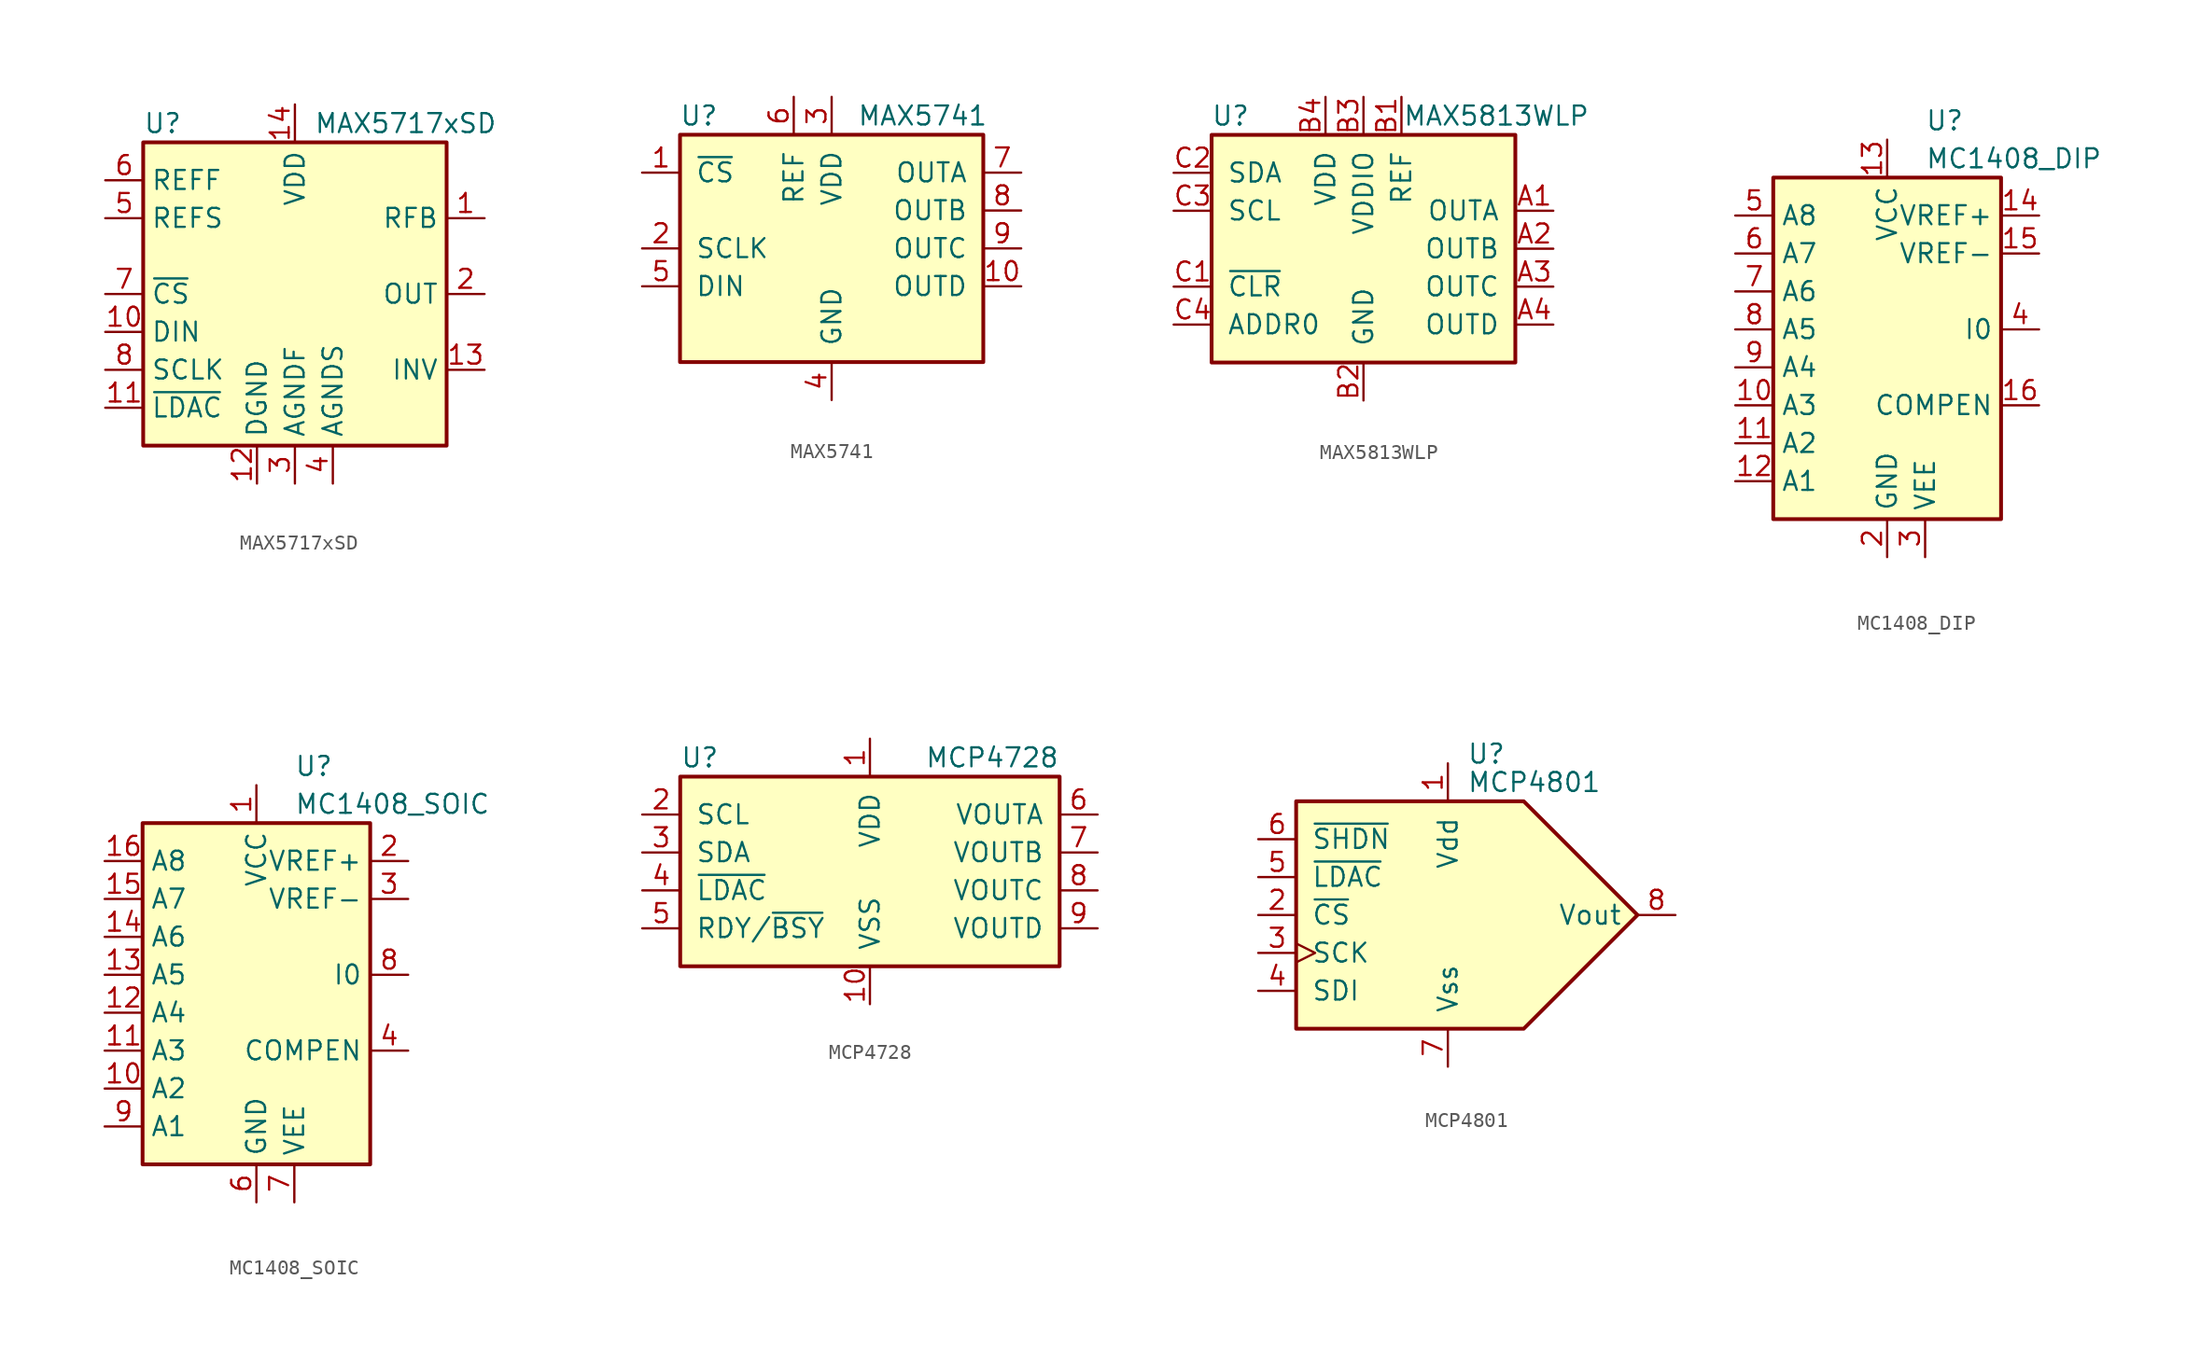
<source format=kicad_sym>
(kicad_symbol_lib
  (version 20220914)
  (generator kicad_symbol_editor)
  (symbol "MAX5717xSD"
    (property "Reference" "U"
      (at -10.16 11.43 0)
      (effects (font (size 1.27 1.27)) (justify left)))
    (property "Value" "MAX5717xSD"
      (at 1.27 11.43 0)
      (effects (font (size 1.27 1.27)) (justify left)))
    (symbol "MAX5717xSD_0_1"
      (rectangle (start -10.16 10.16) (end 10.16 -10.16) (stroke (width 0.254) (type default)) (fill (type background))))
    (symbol "MAX5717xSD_1_1"
      (pin passive line (at 12.7 5.08 180) (length 2.54) (name "RFB" (effects (font (size 1.27 1.27)))) (number "1" (effects (font (size 1.27 1.27)))))
      (pin input line (at -12.7 -2.54 0) (length 2.54) (name "DIN" (effects (font (size 1.27 1.27)))) (number "10" (effects (font (size 1.27 1.27)))))
      (pin input line (at -12.7 -7.62 0) (length 2.54) (name "~{LDAC}" (effects (font (size 1.27 1.27)))) (number "11" (effects (font (size 1.27 1.27)))))
      (pin power_in line (at -2.54 -12.7 90) (length 2.54) (name "DGND" (effects (font (size 1.27 1.27)))) (number "12" (effects (font (size 1.27 1.27)))))
      (pin passive line (at 12.7 -5.08 180) (length 2.54) (name "INV" (effects (font (size 1.27 1.27)))) (number "13" (effects (font (size 1.27 1.27)))))
      (pin power_in line (at 0 12.7 270) (length 2.54) (name "VDD" (effects (font (size 1.27 1.27)))) (number "14" (effects (font (size 1.27 1.27)))))
      (pin output line (at 12.7 0 180) (length 2.54) (name "OUT" (effects (font (size 1.27 1.27)))) (number "2" (effects (font (size 1.27 1.27)))))
      (pin power_in line (at 0 -12.7 90) (length 2.54) (name "AGNDF" (effects (font (size 1.27 1.27)))) (number "3" (effects (font (size 1.27 1.27)))))
      (pin power_in line (at 2.54 -12.7 90) (length 2.54) (name "AGNDS" (effects (font (size 1.27 1.27)))) (number "4" (effects (font (size 1.27 1.27)))))
      (pin input line (at -12.7 5.08 0) (length 2.54) (name "REFS" (effects (font (size 1.27 1.27)))) (number "5" (effects (font (size 1.27 1.27)))))
      (pin input line (at -12.7 7.62 0) (length 2.54) (name "REFF" (effects (font (size 1.27 1.27)))) (number "6" (effects (font (size 1.27 1.27)))))
      (pin input line (at -12.7 0 0) (length 2.54) (name "~{CS}" (effects (font (size 1.27 1.27)))) (number "7" (effects (font (size 1.27 1.27)))))
      (pin input line (at -12.7 -5.08 0) (length 2.54) (name "SCLK" (effects (font (size 1.27 1.27)))) (number "8" (effects (font (size 1.27 1.27)))))
      (pin no_connect line (at 10.16 -7.62 180) (length 2.54) hide (name "NC" (effects (font (size 1.27 1.27)))) (number "9" (effects (font (size 1.27 1.27)))))))
  (symbol "MAX5741"
    (pin_names
      (offset 1.016))
    (property "Reference" "U"
      (at -8.89 8.89 0)
      (effects (font (size 1.27 1.27))))
    (property "Value" "MAX5741"
      (at 6.096 8.89 0)
      (effects (font (size 1.27 1.27))))
    (symbol "MAX5741_1_1"
      (rectangle (start -10.16 7.62) (end 10.16 -7.62) (stroke (width 0.254) (type default)) (fill (type background)))
      (pin input line (at -12.7 5.08 0) (length 2.54) (name "~{CS}" (effects (font (size 1.27 1.27)))) (number "1" (effects (font (size 1.27 1.27)))))
      (pin output line (at 12.7 -2.54 180) (length 2.54) (name "OUTD" (effects (font (size 1.27 1.27)))) (number "10" (effects (font (size 1.27 1.27)))))
      (pin input line (at -12.7 0 0) (length 2.54) (name "SCLK" (effects (font (size 1.27 1.27)))) (number "2" (effects (font (size 1.27 1.27)))))
      (pin power_in line (at 0 10.16 270) (length 2.54) (name "VDD" (effects (font (size 1.27 1.27)))) (number "3" (effects (font (size 1.27 1.27)))))
      (pin power_in line (at 0 -10.16 90) (length 2.54) (name "GND" (effects (font (size 1.27 1.27)))) (number "4" (effects (font (size 1.27 1.27)))))
      (pin input line (at -12.7 -2.54 0) (length 2.54) (name "DIN" (effects (font (size 1.27 1.27)))) (number "5" (effects (font (size 1.27 1.27)))))
      (pin power_in line (at -2.54 10.16 270) (length 2.54) (name "REF" (effects (font (size 1.27 1.27)))) (number "6" (effects (font (size 1.27 1.27)))))
      (pin output line (at 12.7 5.08 180) (length 2.54) (name "OUTA" (effects (font (size 1.27 1.27)))) (number "7" (effects (font (size 1.27 1.27)))))
      (pin output line (at 12.7 2.54 180) (length 2.54) (name "OUTB" (effects (font (size 1.27 1.27)))) (number "8" (effects (font (size 1.27 1.27)))))
      (pin output line (at 12.7 0 180) (length 2.54) (name "OUTC" (effects (font (size 1.27 1.27)))) (number "9" (effects (font (size 1.27 1.27)))))))
  (symbol "MAX5813WLP"
    (pin_names
      (offset 1.016))
    (property "Reference" "U"
      (at -8.89 8.89 0)
      (effects (font (size 1.27 1.27))))
    (property "Value" "MAX5813WLP"
      (at 8.89 8.89 0)
      (effects (font (size 1.27 1.27))))
    (symbol "MAX5813WLP_0_1"
      (rectangle (start -10.16 7.62) (end 10.16 -7.62) (stroke (width 0.254) (type default)) (fill (type background))))
    (symbol "MAX5813WLP_1_1"
      (pin output line (at 12.7 2.54 180) (length 2.54) (name "OUTA" (effects (font (size 1.27 1.27)))) (number "A1" (effects (font (size 1.27 1.27)))))
      (pin output line (at 12.7 0 180) (length 2.54) (name "OUTB" (effects (font (size 1.27 1.27)))) (number "A2" (effects (font (size 1.27 1.27)))))
      (pin output line (at 12.7 -2.54 180) (length 2.54) (name "OUTC" (effects (font (size 1.27 1.27)))) (number "A3" (effects (font (size 1.27 1.27)))))
      (pin output line (at 12.7 -5.08 180) (length 2.54) (name "OUTD" (effects (font (size 1.27 1.27)))) (number "A4" (effects (font (size 1.27 1.27)))))
      (pin power_in line (at 2.54 10.16 270) (length 2.54) (name "REF" (effects (font (size 1.27 1.27)))) (number "B1" (effects (font (size 1.27 1.27)))))
      (pin power_in line (at 0 -10.16 90) (length 2.54) (name "GND" (effects (font (size 1.27 1.27)))) (number "B2" (effects (font (size 1.27 1.27)))))
      (pin power_in line (at 0 10.16 270) (length 2.54) (name "VDDIO" (effects (font (size 1.27 1.27)))) (number "B3" (effects (font (size 1.27 1.27)))))
      (pin power_in line (at -2.54 10.16 270) (length 2.54) (name "VDD" (effects (font (size 1.27 1.27)))) (number "B4" (effects (font (size 1.27 1.27)))))
      (pin input line (at -12.7 -2.54 0) (length 2.54) (name "~{CLR}" (effects (font (size 1.27 1.27)))) (number "C1" (effects (font (size 1.27 1.27)))))
      (pin bidirectional line (at -12.7 5.08 0) (length 2.54) (name "SDA" (effects (font (size 1.27 1.27)))) (number "C2" (effects (font (size 1.27 1.27)))))
      (pin input line (at -12.7 2.54 0) (length 2.54) (name "SCL" (effects (font (size 1.27 1.27)))) (number "C3" (effects (font (size 1.27 1.27)))))
      (pin input line (at -12.7 -5.08 0) (length 2.54) (name "ADDR0" (effects (font (size 1.27 1.27)))) (number "C4" (effects (font (size 1.27 1.27)))))))
  (symbol "MC1408_DIP"
    (property "Reference" "U"
      (at 2.54 16.51 0)
      (effects (font (size 1.27 1.27)) (justify left)))
    (property "Value" "MC1408_DIP"
      (at 2.54 13.97 0)
      (effects (font (size 1.27 1.27)) (justify left)))
    (symbol "MC1408_DIP_0_0"
      (rectangle (start -7.62 -10.16) (end 7.62 12.7) (stroke (width 0.254) (type default)) (fill (type background))))
    (symbol "MC1408_DIP_1_1"
      (pin no_connect line (at 7.62 -5.08 180) (length 2.54) hide (name "NC" (effects (font (size 1.27 1.27)))) (number "1" (effects (font (size 1.27 1.27)))))
      (pin input line (at -10.16 -2.54 0) (length 2.54) (name "A3" (effects (font (size 1.27 1.27)))) (number "10" (effects (font (size 1.27 1.27)))))
      (pin input line (at -10.16 -5.08 0) (length 2.54) (name "A2" (effects (font (size 1.27 1.27)))) (number "11" (effects (font (size 1.27 1.27)))))
      (pin input line (at -10.16 -7.62 0) (length 2.54) (name "A1" (effects (font (size 1.27 1.27)))) (number "12" (effects (font (size 1.27 1.27)))))
      (pin power_in line (at 0 15.24 270) (length 2.54) (name "VCC" (effects (font (size 1.27 1.27)))) (number "13" (effects (font (size 1.27 1.27)))))
      (pin output line (at 10.16 10.16 180) (length 2.54) (name "VREF+" (effects (font (size 1.27 1.27)))) (number "14" (effects (font (size 1.27 1.27)))))
      (pin output line (at 10.16 7.62 180) (length 2.54) (name "VREF-" (effects (font (size 1.27 1.27)))) (number "15" (effects (font (size 1.27 1.27)))))
      (pin passive line (at 10.16 -2.54 180) (length 2.54) (name "COMPEN" (effects (font (size 1.27 1.27)))) (number "16" (effects (font (size 1.27 1.27)))))
      (pin power_in line (at 0 -12.7 90) (length 2.54) (name "GND" (effects (font (size 1.27 1.27)))) (number "2" (effects (font (size 1.27 1.27)))))
      (pin power_in line (at 2.54 -12.7 90) (length 2.54) (name "VEE" (effects (font (size 1.27 1.27)))) (number "3" (effects (font (size 1.27 1.27)))))
      (pin input line (at 10.16 2.54 180) (length 2.54) (name "I0" (effects (font (size 1.27 1.27)))) (number "4" (effects (font (size 1.27 1.27)))))
      (pin input line (at -10.16 10.16 0) (length 2.54) (name "A8" (effects (font (size 1.27 1.27)))) (number "5" (effects (font (size 1.27 1.27)))))
      (pin input line (at -10.16 7.62 0) (length 2.54) (name "A7" (effects (font (size 1.27 1.27)))) (number "6" (effects (font (size 1.27 1.27)))))
      (pin input line (at -10.16 5.08 0) (length 2.54) (name "A6" (effects (font (size 1.27 1.27)))) (number "7" (effects (font (size 1.27 1.27)))))
      (pin input line (at -10.16 2.54 0) (length 2.54) (name "A5" (effects (font (size 1.27 1.27)))) (number "8" (effects (font (size 1.27 1.27)))))
      (pin input line (at -10.16 0 0) (length 2.54) (name "A4" (effects (font (size 1.27 1.27)))) (number "9" (effects (font (size 1.27 1.27)))))))
  (symbol "MC1408_SOIC"
    (property "Reference" "U"
      (at 2.54 16.51 0)
      (effects (font (size 1.27 1.27)) (justify left)))
    (property "Value" "MC1408_SOIC"
      (at 2.54 13.97 0)
      (effects (font (size 1.27 1.27)) (justify left)))
    (symbol "MC1408_SOIC_0_0"
      (rectangle (start -7.62 -10.16) (end 7.62 12.7) (stroke (width 0.254) (type default)) (fill (type background))))
    (symbol "MC1408_SOIC_1_1"
      (pin power_in line (at 0 15.24 270) (length 2.54) (name "VCC" (effects (font (size 1.27 1.27)))) (number "1" (effects (font (size 1.27 1.27)))))
      (pin input line (at -10.16 -5.08 0) (length 2.54) (name "A2" (effects (font (size 1.27 1.27)))) (number "10" (effects (font (size 1.27 1.27)))))
      (pin input line (at -10.16 -2.54 0) (length 2.54) (name "A3" (effects (font (size 1.27 1.27)))) (number "11" (effects (font (size 1.27 1.27)))))
      (pin input line (at -10.16 0 0) (length 2.54) (name "A4" (effects (font (size 1.27 1.27)))) (number "12" (effects (font (size 1.27 1.27)))))
      (pin input line (at -10.16 2.54 0) (length 2.54) (name "A5" (effects (font (size 1.27 1.27)))) (number "13" (effects (font (size 1.27 1.27)))))
      (pin input line (at -10.16 5.08 0) (length 2.54) (name "A6" (effects (font (size 1.27 1.27)))) (number "14" (effects (font (size 1.27 1.27)))))
      (pin input line (at -10.16 7.62 0) (length 2.54) (name "A7" (effects (font (size 1.27 1.27)))) (number "15" (effects (font (size 1.27 1.27)))))
      (pin input line (at -10.16 10.16 0) (length 2.54) (name "A8" (effects (font (size 1.27 1.27)))) (number "16" (effects (font (size 1.27 1.27)))))
      (pin output line (at 10.16 10.16 180) (length 2.54) (name "VREF+" (effects (font (size 1.27 1.27)))) (number "2" (effects (font (size 1.27 1.27)))))
      (pin output line (at 10.16 7.62 180) (length 2.54) (name "VREF-" (effects (font (size 1.27 1.27)))) (number "3" (effects (font (size 1.27 1.27)))))
      (pin passive line (at 10.16 -2.54 180) (length 2.54) (name "COMPEN" (effects (font (size 1.27 1.27)))) (number "4" (effects (font (size 1.27 1.27)))))
      (pin no_connect line (at 7.62 -5.08 180) (length 2.54) hide (name "NC" (effects (font (size 1.27 1.27)))) (number "5" (effects (font (size 1.27 1.27)))))
      (pin power_in line (at 0 -12.7 90) (length 2.54) (name "GND" (effects (font (size 1.27 1.27)))) (number "6" (effects (font (size 1.27 1.27)))))
      (pin power_in line (at 2.54 -12.7 90) (length 2.54) (name "VEE" (effects (font (size 1.27 1.27)))) (number "7" (effects (font (size 1.27 1.27)))))
      (pin input line (at 10.16 2.54 180) (length 2.54) (name "I0" (effects (font (size 1.27 1.27)))) (number "8" (effects (font (size 1.27 1.27)))))
      (pin input line (at -10.16 -7.62 0) (length 2.54) (name "A1" (effects (font (size 1.27 1.27)))) (number "9" (effects (font (size 1.27 1.27)))))))
  (symbol "MCP4728"
    (pin_names
      (offset 1.016))
    (property "Reference" "U"
      (at -12.7 6.35 0)
      (effects (font (size 1.27 1.27)) (justify left)))
    (property "Value" "MCP4728"
      (at 12.7 6.35 0)
      (effects (font (size 1.27 1.27)) (justify right)))
    (symbol "MCP4728_0_1"
      (rectangle (start -12.7 5.08) (end 12.7 -7.62) (stroke (width 0.254) (type default)) (fill (type background))))
    (symbol "MCP4728_1_1"
      (pin power_in line (at 0 7.62 270) (length 2.54) (name "VDD" (effects (font (size 1.27 1.27)))) (number "1" (effects (font (size 1.27 1.27)))))
      (pin power_in line (at 0 -10.16 90) (length 2.54) (name "VSS" (effects (font (size 1.27 1.27)))) (number "10" (effects (font (size 1.27 1.27)))))
      (pin input line (at -15.24 2.54 0) (length 2.54) (name "SCL" (effects (font (size 1.27 1.27)))) (number "2" (effects (font (size 1.27 1.27)))))
      (pin bidirectional line (at -15.24 0 0) (length 2.54) (name "SDA" (effects (font (size 1.27 1.27)))) (number "3" (effects (font (size 1.27 1.27)))))
      (pin input line (at -15.24 -2.54 0) (length 2.54) (name "~{LDAC}" (effects (font (size 1.27 1.27)))) (number "4" (effects (font (size 1.27 1.27)))))
      (pin output line (at -15.24 -5.08 0) (length 2.54) (name "RDY/~{BSY}" (effects (font (size 1.27 1.27)))) (number "5" (effects (font (size 1.27 1.27)))))
      (pin output line (at 15.24 2.54 180) (length 2.54) (name "VOUTA" (effects (font (size 1.27 1.27)))) (number "6" (effects (font (size 1.27 1.27)))))
      (pin output line (at 15.24 0 180) (length 2.54) (name "VOUTB" (effects (font (size 1.27 1.27)))) (number "7" (effects (font (size 1.27 1.27)))))
      (pin output line (at 15.24 -2.54 180) (length 2.54) (name "VOUTC" (effects (font (size 1.27 1.27)))) (number "8" (effects (font (size 1.27 1.27)))))
      (pin output line (at 15.24 -5.08 180) (length 2.54) (name "VOUTD" (effects (font (size 1.27 1.27)))) (number "9" (effects (font (size 1.27 1.27)))))))
  (symbol "MCP4801"
    (pin_names
      (offset 1.016))
    (property "Reference" "U"
      (at 1.27 10.795 0)
      (effects (font (size 1.27 1.27)) (justify left)))
    (property "Value" "MCP4801"
      (at 1.27 8.89 0)
      (effects (font (size 1.27 1.27)) (justify left)))
    (symbol "MCP4801_0_0"
      (polyline (pts (xy 12.7 0) (xy 5.08 7.62) (xy -10.16 7.62) (xy -10.16 -7.62) (xy 5.08 -7.62) (xy 12.7 0)) (stroke (width 0.254) (type default)) (fill (type background))))
    (symbol "MCP4801_1_1"
      (pin power_in line (at 0 10.16 270) (length 2.54) (name "Vdd" (effects (font (size 1.27 1.27)))) (number "1" (effects (font (size 1.27 1.27)))))
      (pin input line (at -12.7 0 0) (length 2.54) (name "~{CS}" (effects (font (size 1.27 1.27)))) (number "2" (effects (font (size 1.27 1.27)))))
      (pin input clock (at -12.7 -2.54 0) (length 2.54) (name "SCK" (effects (font (size 1.27 1.27)))) (number "3" (effects (font (size 1.27 1.27)))))
      (pin input line (at -12.7 -5.08 0) (length 2.54) (name "SDI" (effects (font (size 1.27 1.27)))) (number "4" (effects (font (size 1.27 1.27)))))
      (pin input line (at -12.7 2.54 0) (length 2.54) (name "~{LDAC}" (effects (font (size 1.27 1.27)))) (number "5" (effects (font (size 1.27 1.27)))))
      (pin input line (at -12.7 5.08 0) (length 2.54) (name "~{SHDN}" (effects (font (size 1.27 1.27)))) (number "6" (effects (font (size 1.27 1.27)))))
      (pin power_in line (at 0 -10.16 90) (length 2.54) (name "Vss" (effects (font (size 1.27 1.27)))) (number "7" (effects (font (size 1.27 1.27)))))
      (pin output line (at 15.24 0 180) (length 2.54) (name "Vout" (effects (font (size 1.27 1.27)))) (number "8" (effects (font (size 1.27 1.27))))))))
</source>
